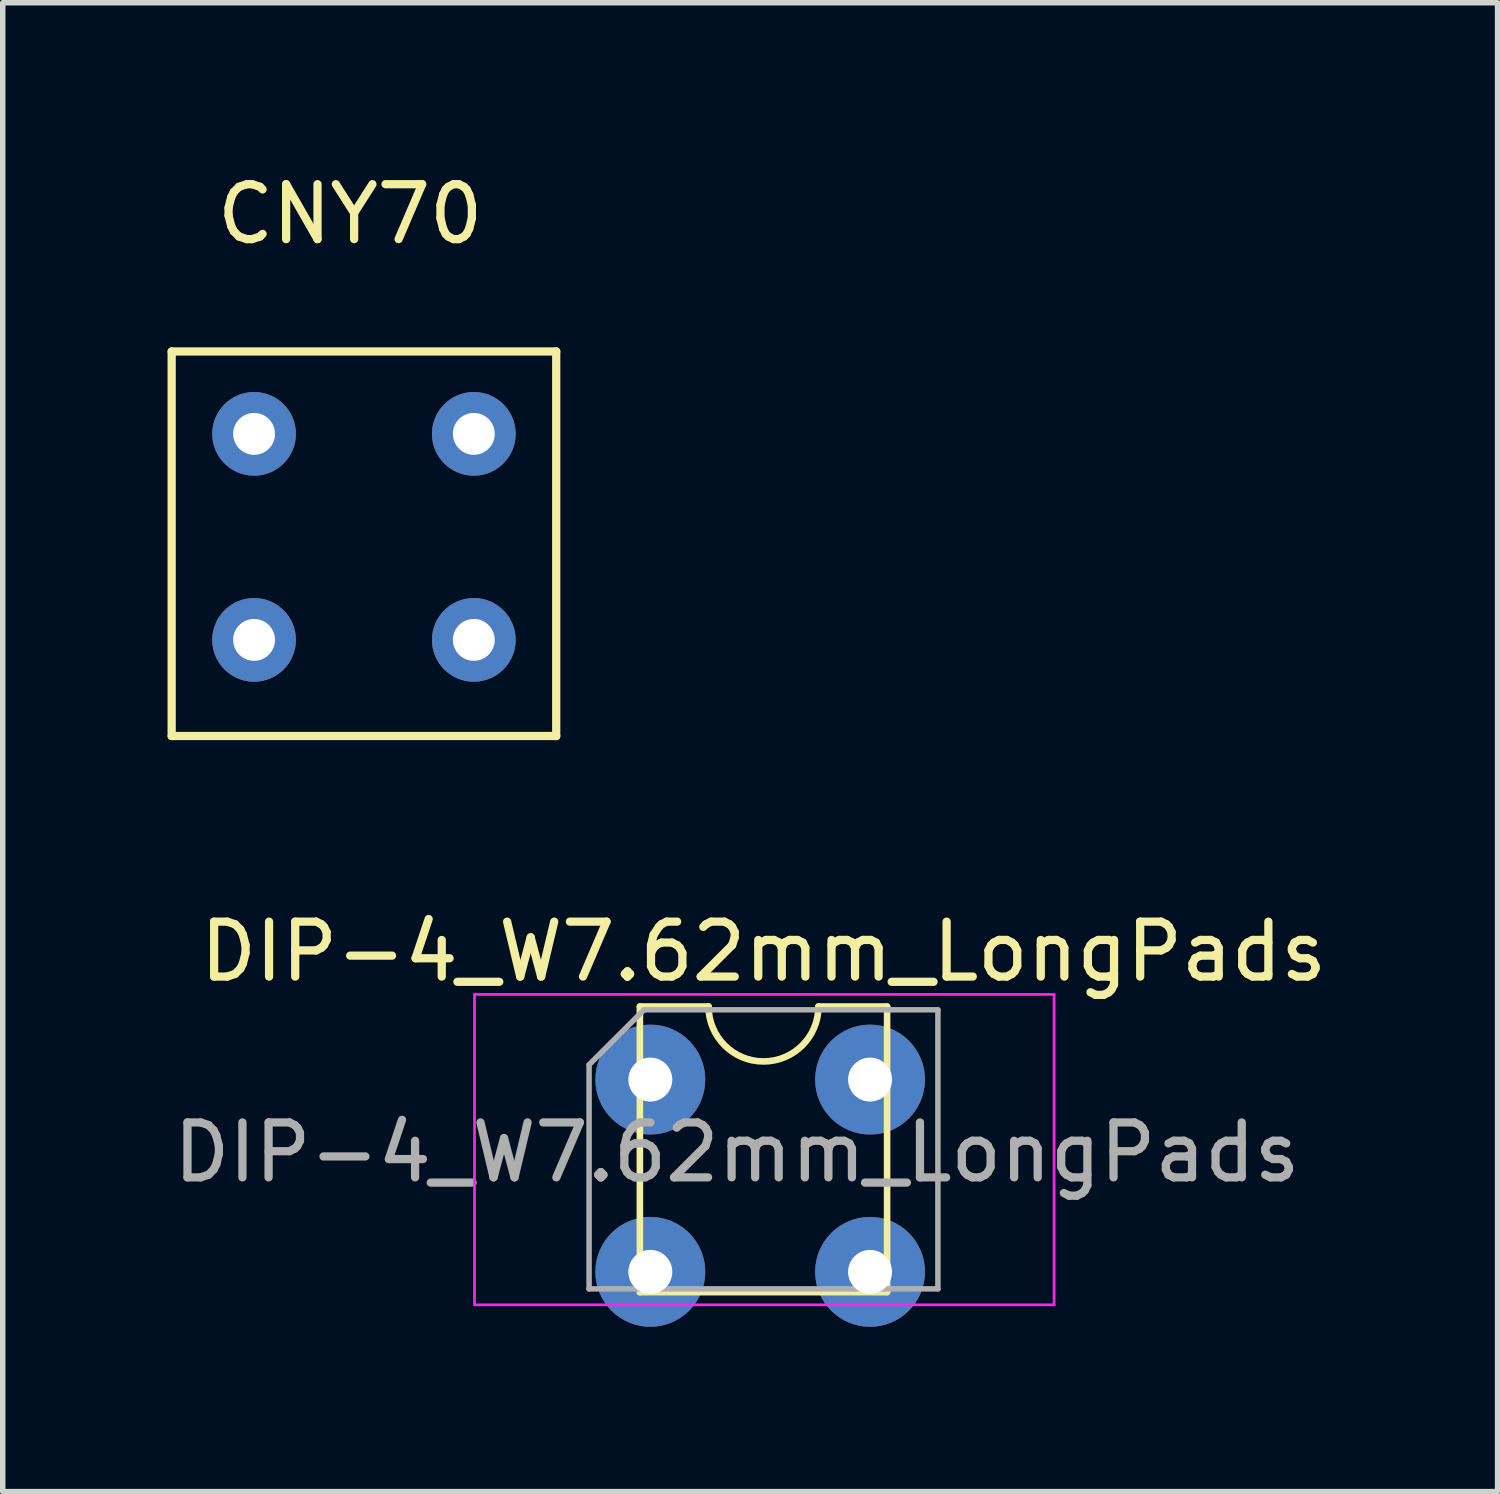
<source format=kicad_pcb>
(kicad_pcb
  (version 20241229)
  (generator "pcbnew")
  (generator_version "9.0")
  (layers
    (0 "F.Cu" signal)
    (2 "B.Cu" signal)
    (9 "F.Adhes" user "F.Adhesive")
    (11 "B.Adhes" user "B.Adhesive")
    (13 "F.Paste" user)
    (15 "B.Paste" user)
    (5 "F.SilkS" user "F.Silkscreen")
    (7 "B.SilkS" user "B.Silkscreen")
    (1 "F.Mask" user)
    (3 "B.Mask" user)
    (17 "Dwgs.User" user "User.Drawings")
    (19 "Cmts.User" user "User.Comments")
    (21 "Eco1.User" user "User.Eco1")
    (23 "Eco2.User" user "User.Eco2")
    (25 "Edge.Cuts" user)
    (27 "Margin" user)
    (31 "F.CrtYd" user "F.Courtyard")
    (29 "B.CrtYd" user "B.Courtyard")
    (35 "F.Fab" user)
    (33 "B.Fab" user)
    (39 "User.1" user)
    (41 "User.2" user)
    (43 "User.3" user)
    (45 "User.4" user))
  (footprint "DIP-4_W7.62mm_LongPads"
    (layer "F.Cu")
    (at 7.038 16.602)
    (property "Reference" "DIP-4_W7.62mm_LongPads" (at 3.81 -2.33 0) (layer "F.SilkS") (effects (font (size 1 1) (thickness 0.15))))
    (attr through_hole)
    (fp_line (start 1.56 -1.33) (end 1.56 3.87) (stroke (width 0.12) (type solid)) (layer "F.SilkS"))
    (fp_line (start 1.56 3.87) (end 6.06 3.87) (stroke (width 0.12) (type solid)) (layer "F.SilkS"))
    (fp_line (start 2.81 -1.33) (end 1.56 -1.33) (stroke (width 0.12) (type solid)) (layer "F.SilkS"))
    (fp_line (start 6.06 -1.33) (end 4.81 -1.33) (stroke (width 0.12) (type solid)) (layer "F.SilkS"))
    (fp_line (start 6.06 3.87) (end 6.06 -1.33) (stroke (width 0.12) (type solid)) (layer "F.SilkS"))
    (fp_arc (start 4.81 -1.33) (mid 3.81 -0.33) (end 2.81 -1.33) (stroke (width 0.12) (type solid)) (layer "F.SilkS"))
    (fp_line (start -1.45 -1.55) (end -1.45 4.1) (stroke (width 0.05) (type solid)) (layer "F.CrtYd"))
    (fp_line (start -1.45 4.1) (end 9.1 4.1) (stroke (width 0.05) (type solid)) (layer "F.CrtYd"))
    (fp_line (start 9.1 -1.55) (end -1.45 -1.55) (stroke (width 0.05) (type solid)) (layer "F.CrtYd"))
    (fp_line (start 9.1 4.1) (end 9.1 -1.55) (stroke (width 0.05) (type solid)) (layer "F.CrtYd"))
    (fp_line (start 0.635 -0.27) (end 1.635 -1.27) (stroke (width 0.1) (type solid)) (layer "F.Fab"))
    (fp_line (start 0.635 3.81) (end 0.635 -0.27) (stroke (width 0.1) (type solid)) (layer "F.Fab"))
    (fp_line (start 1.635 -1.27) (end 6.985 -1.27) (stroke (width 0.1) (type solid)) (layer "F.Fab"))
    (fp_line (start 6.985 -1.27) (end 6.985 3.81) (stroke (width 0.1) (type solid)) (layer "F.Fab"))
    (fp_line (start 6.985 3.81) (end 0.635 3.81) (stroke (width 0.1) (type solid)) (layer "F.Fab"))
    (fp_text user "${REFERENCE}" (at 3.325 1.325 180) (layer "F.Fab") (effects (font (size 1 1) (thickness 0.15))))
    (pad "1" thru_hole circle (at 1.75 0) (size 2 2) (drill 0.8) (layers "*.Cu" "*.Mask"))
    (pad "2" thru_hole circle (at 1.75 3.5) (size 2 2) (drill 0.8) (layers "*.Cu" "*.Mask"))
    (pad "3" thru_hole circle (at 5.75 3.5) (size 2 2) (drill 0.8) (layers "*.Cu" "*.Mask"))
    (pad "4" thru_hole circle (at 5.75 0) (size 2 2) (drill 0.8) (layers "*.Cu" "*.Mask")))
  (footprint "CNY70"
    (layer "F.Cu")
    (at 3.575 6.848)
    (property "Reference" "CNY70" (at -0.25 -6 0) (layer "F.SilkS") (effects (font (size 1 1) (thickness 0.15))))
    (attr through_hole)
    (fp_line (start -3.5 -3.5) (end 3.5 -3.5) (stroke (width 0.15) (type solid)) (layer "F.SilkS"))
    (fp_line (start -3.5 3.5) (end -3.5 -3.5) (stroke (width 0.15) (type solid)) (layer "F.SilkS"))
    (fp_line (start -3.5 3.5) (end 3.5 3.5) (stroke (width 0.15) (type solid)) (layer "F.SilkS"))
    (fp_line (start 3.5 -3.5) (end 3.5 3.5) (stroke (width 0.15) (type solid)) (layer "F.SilkS"))
    (pad "1" thru_hole circle (at -2 -2) (size 1.524 1.524) (drill 0.762) (layers "*.Cu" "*.Mask"))
    (pad "2" thru_hole circle (at -2 1.75) (size 1.524 1.524) (drill 0.762) (layers "*.Cu" "*.Mask"))
    (pad "3" thru_hole circle (at 2 -2) (size 1.524 1.524) (drill 0.762) (layers "*.Cu" "*.Mask"))
    (pad "4" thru_hole circle (at 2 1.75) (size 1.524 1.524) (drill 0.762) (layers "*.Cu" "*.Mask")))
  (gr_rect
    (start -3 -3)
    (end 24.211 24.102)
    (stroke (width 0.1) (type default))
    (fill no)
    (layer "Edge.Cuts")))
</source>
